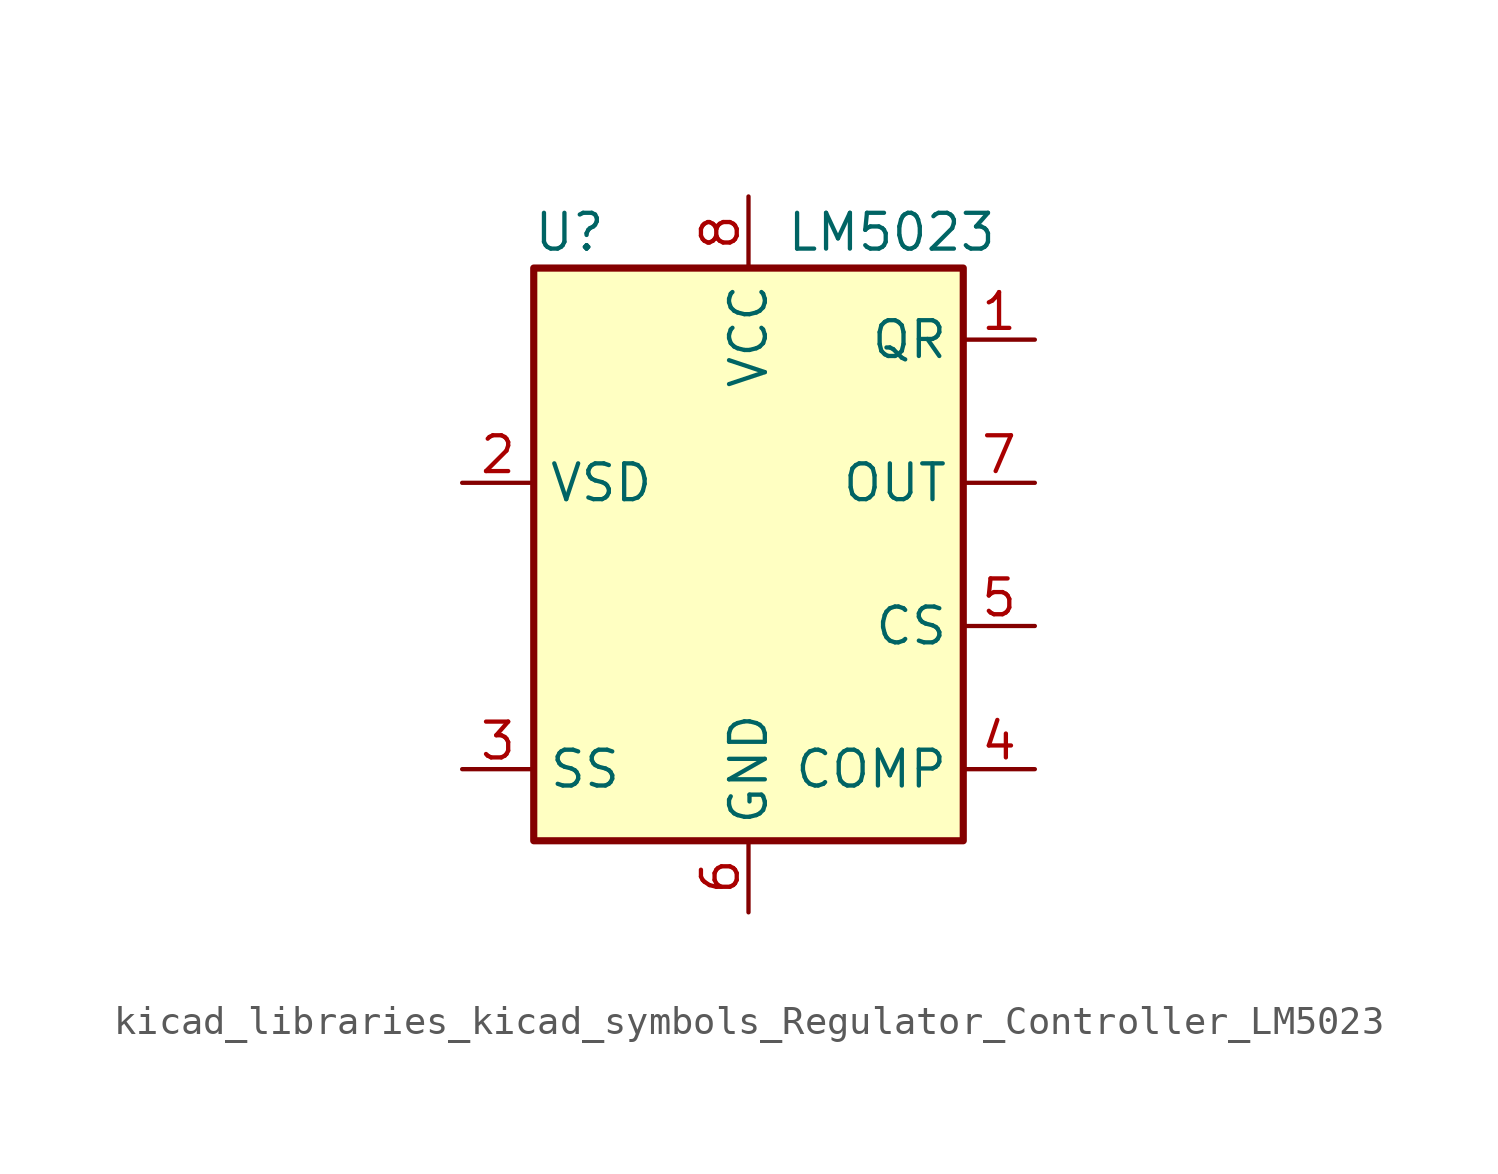
<source format=kicad_sym>
(kicad_symbol_lib
  (version 20220914)
  (generator kicad_symbol_editor)
  (symbol "kicad_libraries_kicad_symbols_Regulator_Controller_LM5023"
    (property "Reference" "U"
      (at -6.35 11.43 0)
      (effects (font (size 1.27 1.27))))
    (property "Value" "LM5023"
      (at 5.08 11.43 0)
      (effects (font (size 1.27 1.27))))
    (symbol "kicad_libraries_kicad_symbols_Regulator_Controller_LM5023_0_0"
      (pin input line (at 10.16 7.62 180) (length 2.54) (name "QR" (effects (font (size 1.27 1.27)))) (number "1" (effects (font (size 1.27 1.27)))))
      (pin output line (at -10.16 2.54 0) (length 2.54) (name "VSD" (effects (font (size 1.27 1.27)))) (number "2" (effects (font (size 1.27 1.27)))))
      (pin passive line (at -10.16 -7.62 0) (length 2.54) (name "SS" (effects (font (size 1.27 1.27)))) (number "3" (effects (font (size 1.27 1.27)))))
      (pin input line (at 10.16 -7.62 180) (length 2.54) (name "COMP" (effects (font (size 1.27 1.27)))) (number "4" (effects (font (size 1.27 1.27)))))
      (pin input line (at 10.16 -2.54 180) (length 2.54) (name "CS" (effects (font (size 1.27 1.27)))) (number "5" (effects (font (size 1.27 1.27)))))
      (pin power_in line (at 0 -12.7 90) (length 2.54) (name "GND" (effects (font (size 1.27 1.27)))) (number "6" (effects (font (size 1.27 1.27)))))
      (pin output line (at 10.16 2.54 180) (length 2.54) (name "OUT" (effects (font (size 1.27 1.27)))) (number "7" (effects (font (size 1.27 1.27)))))
      (pin power_in line (at 0 12.7 270) (length 2.54) (name "VCC" (effects (font (size 1.27 1.27)))) (number "8" (effects (font (size 1.27 1.27))))))
    (symbol "kicad_libraries_kicad_symbols_Regulator_Controller_LM5023_0_1"
      (rectangle (start -7.62 10.16) (end 7.62 -10.16) (stroke (width 0.254) (type default)) (fill (type background))))))
</source>
